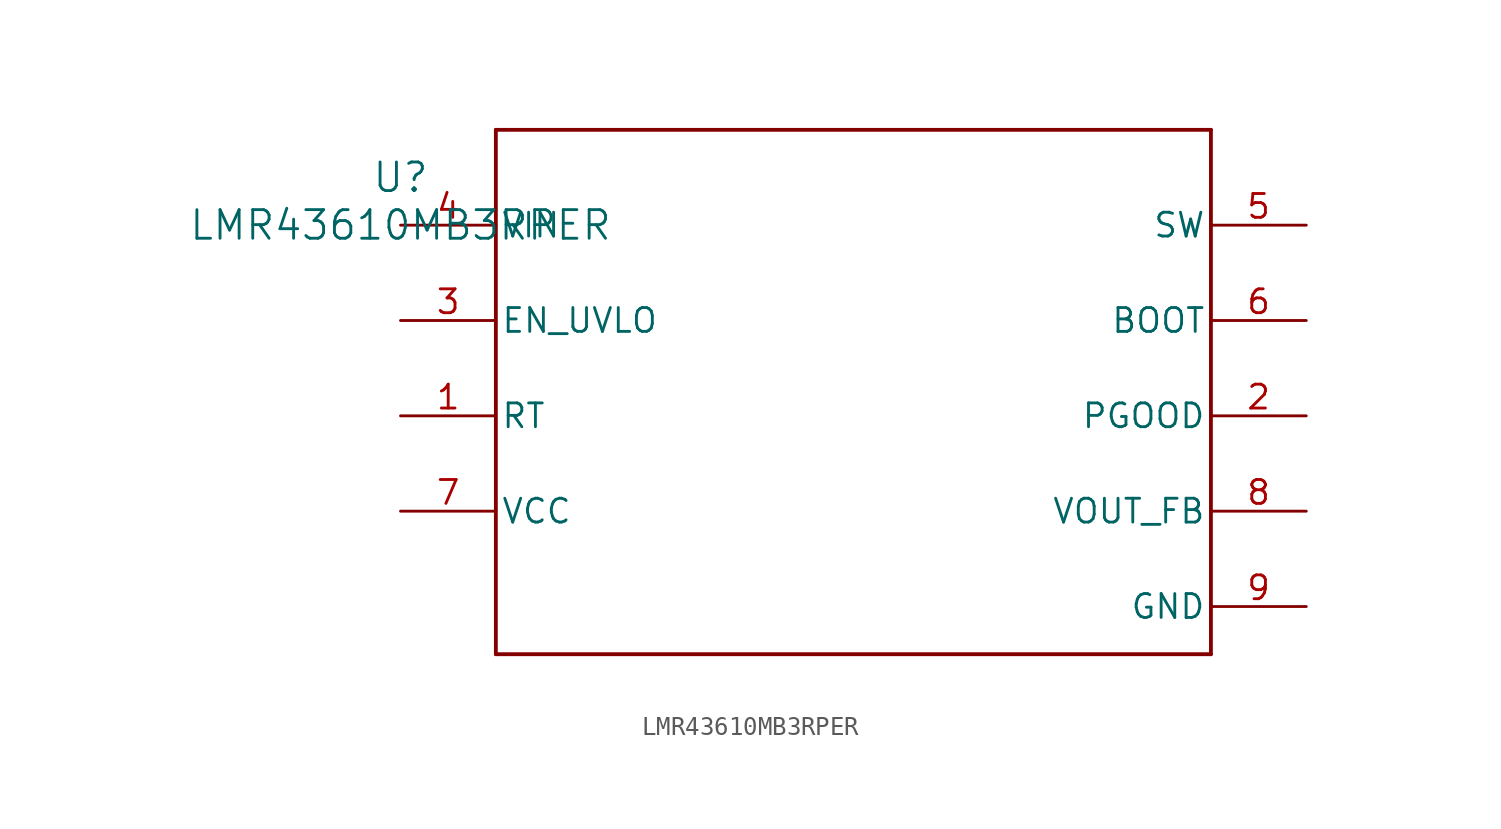
<source format=kicad_sym>
(kicad_symbol_lib
  (version 20211014)
  (generator kicad_symbol_editor)
  (symbol "LMR43610MB3RPER"
    (pin_names
      (offset 0.254))
    (property "Reference" "U"
      (at 0 2.54 0)
      (effects (font (size 1.524 1.524))))
    (property "Value" "LMR43610MB3RPER"
      (at 0 0 0)
      (effects (font (size 1.524 1.524))))
    (symbol "LMR43610MB3RPER_0_1"
      (polyline (pts (xy 5.08 -22.86) (xy 43.18 -22.86)) (stroke (width 0.203) (type default) (color 0 0 0 0)) (fill (type none)))
      (polyline (pts (xy 43.18 -22.86) (xy 43.18 5.08)) (stroke (width 0.203) (type default) (color 0 0 0 0)) (fill (type none)))
      (polyline (pts (xy 43.18 5.08) (xy 5.08 5.08)) (stroke (width 0.203) (type default) (color 0 0 0 0)) (fill (type none)))
      (polyline (pts (xy 5.08 5.08) (xy 5.08 -22.86)) (stroke (width 0.203) (type default) (color 0 0 0 0)) (fill (type none)))
      (pin unspecified line (at 0 -10.16 0) (length 5.08) (name "RT" (effects (font (size 1.27 1.27)))) (number "1" (effects (font (size 1.27 1.27)))))
      (pin open_collector line (at 48.26 -10.16 180) (length 5.08) (name "PGOOD" (effects (font (size 1.27 1.27)))) (number "2" (effects (font (size 1.27 1.27)))))
      (pin input line (at 0 -5.08 0) (length 5.08) (name "EN_UVLO" (effects (font (size 1.27 1.27)))) (number "3" (effects (font (size 1.27 1.27)))))
      (pin power_in line (at 0 0 0) (length 5.08) (name "VIN" (effects (font (size 1.27 1.27)))) (number "4" (effects (font (size 1.27 1.27)))))
      (pin unspecified line (at 48.26 0 180) (length 5.08) (name "SW" (effects (font (size 1.27 1.27)))) (number "5" (effects (font (size 1.27 1.27)))))
      (pin unspecified line (at 48.26 -5.08 180) (length 5.08) (name "BOOT" (effects (font (size 1.27 1.27)))) (number "6" (effects (font (size 1.27 1.27)))))
      (pin power_in line (at 0 -15.24 0) (length 5.08) (name "VCC" (effects (font (size 1.27 1.27)))) (number "7" (effects (font (size 1.27 1.27)))))
      (pin power_in line (at 48.26 -15.24 180) (length 5.08) (name "VOUT_FB" (effects (font (size 1.27 1.27)))) (number "8" (effects (font (size 1.27 1.27)))))
      (pin power_in line (at 48.26 -20.32 180) (length 5.08) (name "GND" (effects (font (size 1.27 1.27)))) (number "9" (effects (font (size 1.27 1.27))))))))
</source>
